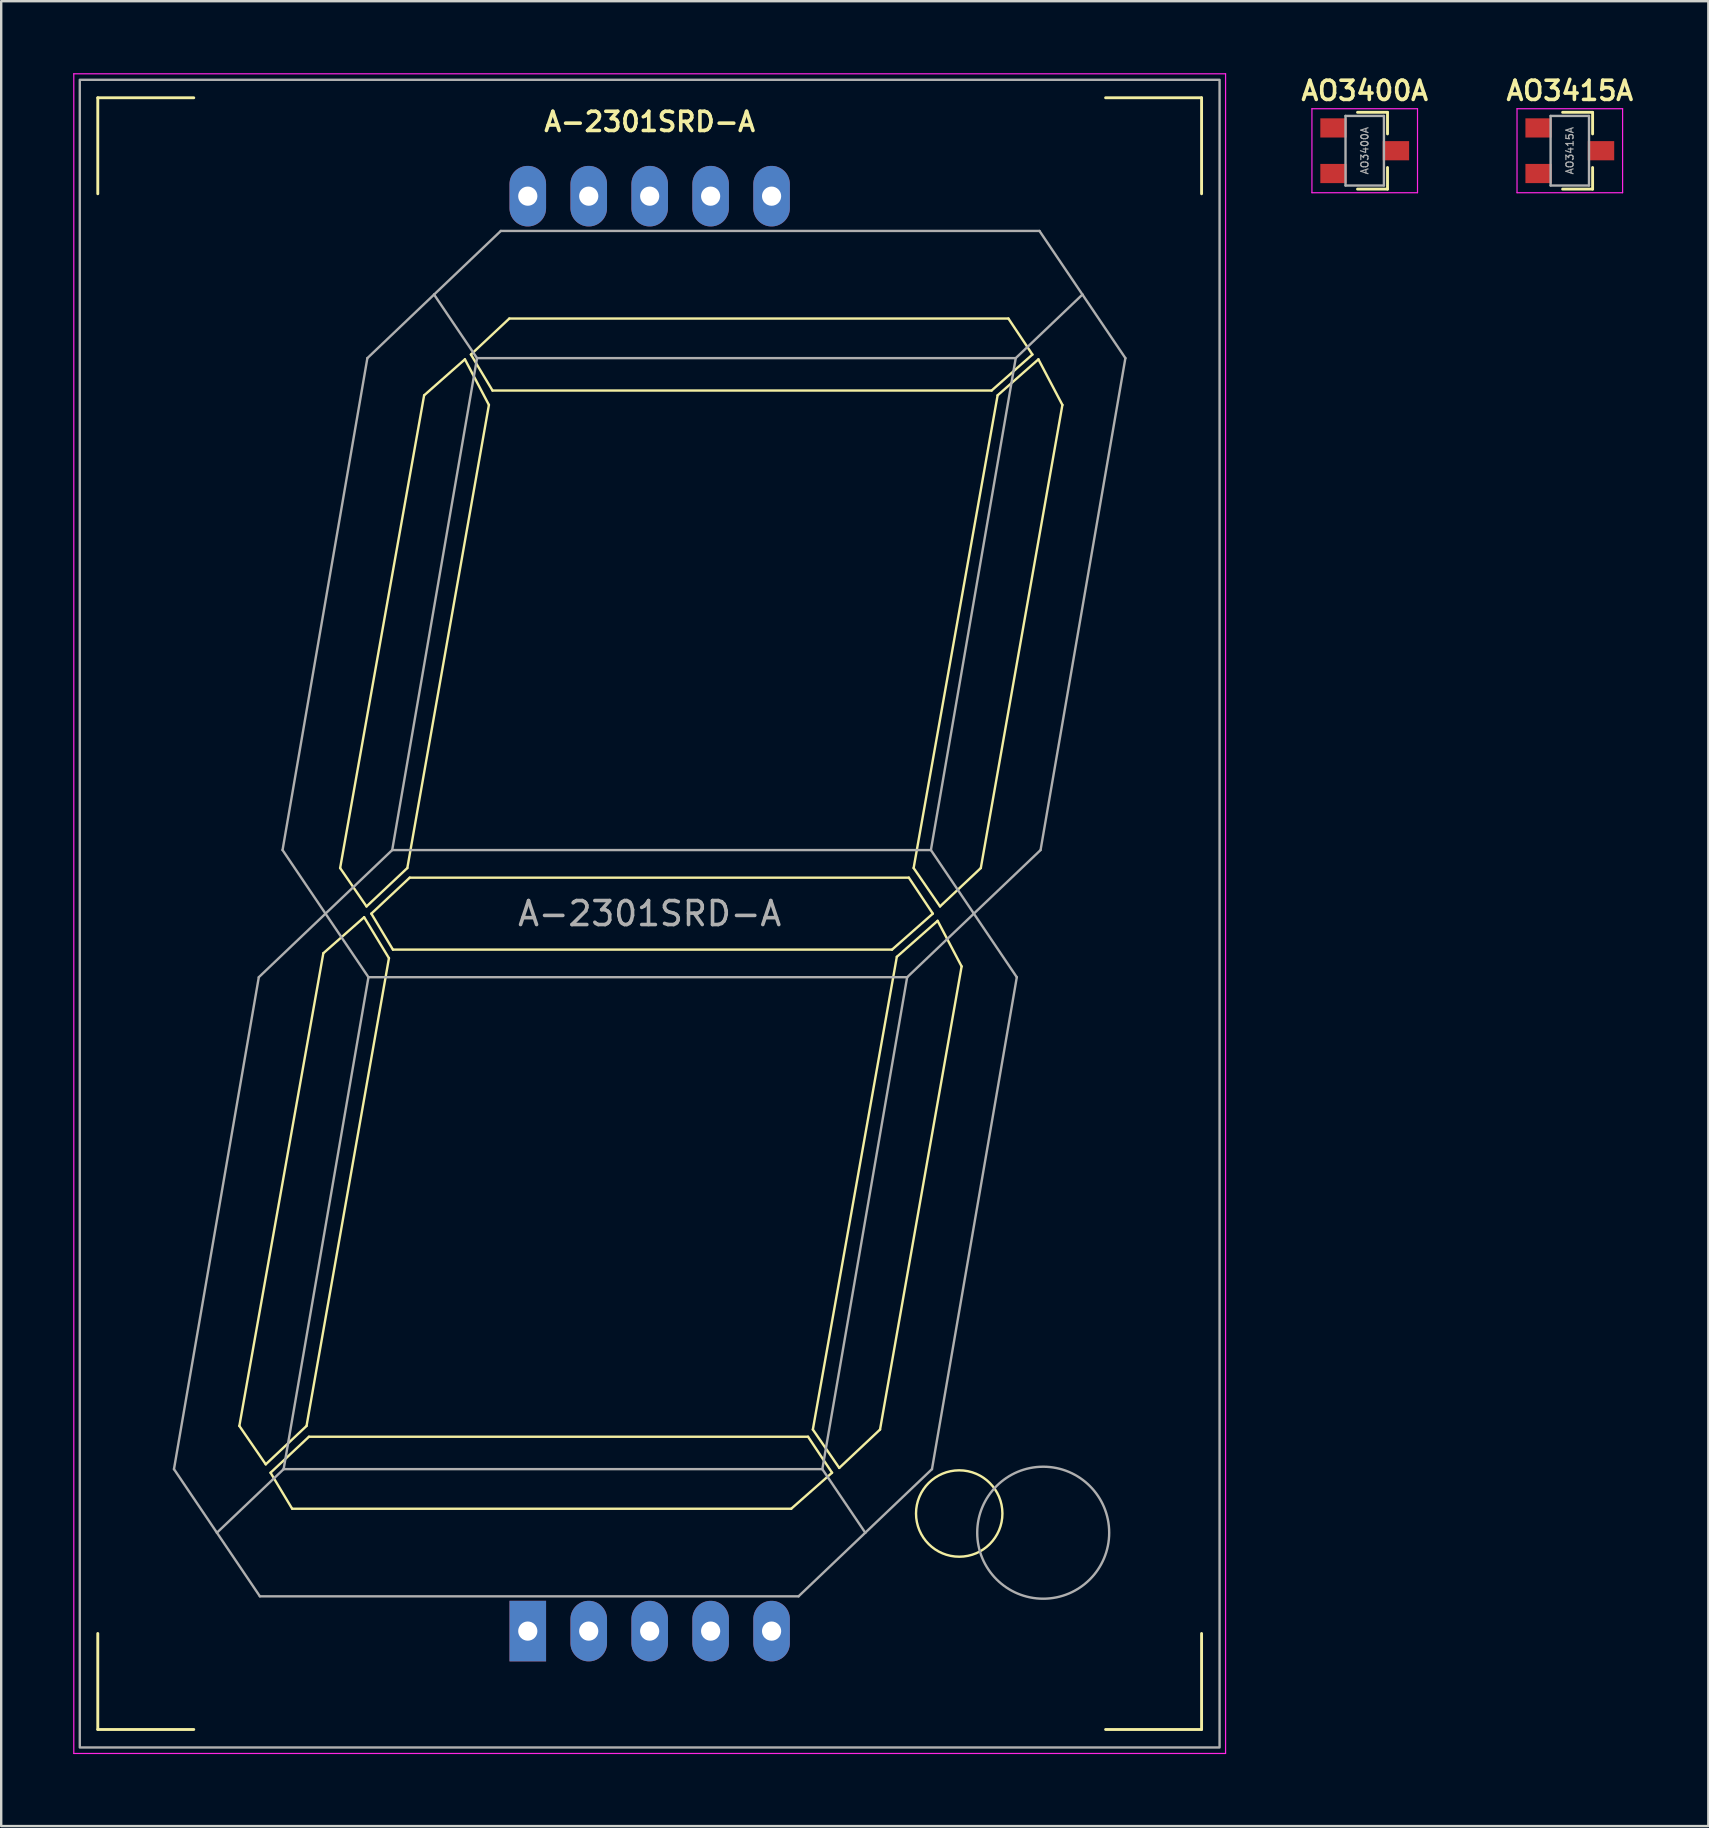
<source format=kicad_pcb>
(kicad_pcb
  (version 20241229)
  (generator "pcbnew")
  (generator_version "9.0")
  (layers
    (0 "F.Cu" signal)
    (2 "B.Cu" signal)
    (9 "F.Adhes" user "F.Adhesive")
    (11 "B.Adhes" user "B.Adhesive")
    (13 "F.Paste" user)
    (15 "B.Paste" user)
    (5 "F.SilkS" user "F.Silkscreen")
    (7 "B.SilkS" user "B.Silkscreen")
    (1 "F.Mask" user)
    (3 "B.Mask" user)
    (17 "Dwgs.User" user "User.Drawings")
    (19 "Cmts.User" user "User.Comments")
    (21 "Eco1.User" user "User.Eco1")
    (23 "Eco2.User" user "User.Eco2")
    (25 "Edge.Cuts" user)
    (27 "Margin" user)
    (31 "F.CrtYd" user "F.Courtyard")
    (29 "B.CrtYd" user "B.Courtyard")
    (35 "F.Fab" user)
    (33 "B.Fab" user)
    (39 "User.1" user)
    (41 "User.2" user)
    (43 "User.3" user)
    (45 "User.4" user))
  (footprint "AO3400A"
    (layer "F.Cu")
    (at 53.824 3.231)
    (property "Reference" "AO3400A" (at 0 -2.5 0) (layer "F.SilkS") (effects (font (size 0.8 0.8) (thickness 0.15))))
    (attr smd)
    (fp_line (start 0.95 -1.6) (end -0.3 -1.6) (stroke (width 0.12) (type solid)) (layer "F.SilkS"))
    (fp_line (start 0.95 -1.6) (end 0.95 -0.7) (stroke (width 0.12) (type solid)) (layer "F.SilkS"))
    (fp_line (start 0.95 1.6) (end -0.3 1.6) (stroke (width 0.12) (type solid)) (layer "F.SilkS"))
    (fp_line (start 0.95 1.6) (end 0.95 0.7) (stroke (width 0.12) (type solid)) (layer "F.SilkS"))
    (fp_line (start -2.2 -1.75) (end 2.2 -1.75) (stroke (width 0.05) (type solid)) (layer "F.CrtYd"))
    (fp_line (start -2.2 1.75) (end -2.2 -1.75) (stroke (width 0.05) (type solid)) (layer "F.CrtYd"))
    (fp_line (start 2.2 -1.75) (end 2.2 1.75) (stroke (width 0.05) (type solid)) (layer "F.CrtYd"))
    (fp_line (start 2.2 1.75) (end -2.2 1.75) (stroke (width 0.05) (type solid)) (layer "F.CrtYd"))
    (fp_line (start -0.8 -1.45) (end -0.8 1.45) (stroke (width 0.1) (type solid)) (layer "F.Fab"))
    (fp_line (start -0.8 -1.45) (end 0.8 -1.45) (stroke (width 0.1) (type solid)) (layer "F.Fab"))
    (fp_line (start -0.8 1.45) (end 0.8 1.45) (stroke (width 0.1) (type solid)) (layer "F.Fab"))
    (fp_line (start 0.8 -1.45) (end 0.8 1.45) (stroke (width 0.1) (type solid)) (layer "F.Fab"))
    (fp_text user "${REFERENCE}" (at 0 0 270) (layer "F.Fab") (effects (font (size 0.3 0.3) (thickness 0.05))))
    (pad "1" smd rect (at -1.3 -0.95) (size 1.1 0.8) (layers "F.Cu" "F.Mask" "F.Paste"))
    (pad "2" smd rect (at -1.3 0.95) (size 1.1 0.8) (layers "F.Cu" "F.Mask" "F.Paste"))
    (pad "3" smd rect (at 1.3 0) (size 1.1 0.8) (layers "F.Cu" "F.Mask" "F.Paste")))
  (footprint "AO3415A"
    (layer "F.Cu")
    (at 62.371 3.231)
    (property "Reference" "AO3415A" (at 0 -2.5 0) (layer "F.SilkS") (effects (font (size 0.8 0.8) (thickness 0.15))))
    (attr smd)
    (fp_line (start 0.95 -1.6) (end -0.3 -1.6) (stroke (width 0.12) (type solid)) (layer "F.SilkS"))
    (fp_line (start 0.95 -1.6) (end 0.95 -0.7) (stroke (width 0.12) (type solid)) (layer "F.SilkS"))
    (fp_line (start 0.95 1.6) (end -0.3 1.6) (stroke (width 0.12) (type solid)) (layer "F.SilkS"))
    (fp_line (start 0.95 1.6) (end 0.95 0.7) (stroke (width 0.12) (type solid)) (layer "F.SilkS"))
    (fp_line (start -2.2 -1.75) (end 2.2 -1.75) (stroke (width 0.05) (type solid)) (layer "F.CrtYd"))
    (fp_line (start -2.2 1.75) (end -2.2 -1.75) (stroke (width 0.05) (type solid)) (layer "F.CrtYd"))
    (fp_line (start 2.2 -1.75) (end 2.2 1.75) (stroke (width 0.05) (type solid)) (layer "F.CrtYd"))
    (fp_line (start 2.2 1.75) (end -2.2 1.75) (stroke (width 0.05) (type solid)) (layer "F.CrtYd"))
    (fp_line (start -0.8 -1.45) (end -0.8 1.45) (stroke (width 0.1) (type solid)) (layer "F.Fab"))
    (fp_line (start -0.8 -1.45) (end 0.8 -1.45) (stroke (width 0.1) (type solid)) (layer "F.Fab"))
    (fp_line (start -0.8 1.45) (end 0.8 1.45) (stroke (width 0.1) (type solid)) (layer "F.Fab"))
    (fp_line (start 0.8 -1.45) (end 0.8 1.45) (stroke (width 0.1) (type solid)) (layer "F.Fab"))
    (fp_text user "${REFERENCE}" (at 0 0 270) (layer "F.Fab") (effects (font (size 0.3 0.3) (thickness 0.05))))
    (pad "1" smd rect (at -1.3 -0.95) (size 1.1 0.8) (layers "F.Cu" "F.Mask" "F.Paste"))
    (pad "2" smd rect (at -1.3 0.95) (size 1.1 0.8) (layers "F.Cu" "F.Mask" "F.Paste"))
    (pad "3" smd rect (at 1.3 0) (size 1.1 0.8) (layers "F.Cu" "F.Mask" "F.Paste")))
  (footprint "A-2301SRD-A"
    (layer "F.Cu")
    (at 24.025 35.025)
    (property "Reference" "A-2301SRD-A" (at 0 -33 0) (layer "F.SilkS") (effects (font (size 0.8 0.8) (thickness 0.15))))
    (attr through_hole)
    (fp_line (start -23 -34) (end -19 -34) (stroke (width 0.12) (type solid)) (layer "F.SilkS"))
    (fp_line (start -23 -30) (end -23 -34) (stroke (width 0.12) (type solid)) (layer "F.SilkS"))
    (fp_line (start -23 34) (end -23 30) (stroke (width 0.12) (type solid)) (layer "F.SilkS"))
    (fp_line (start -19 34) (end -23 34) (stroke (width 0.12) (type solid)) (layer "F.SilkS"))
    (fp_line (start -17.1 21.35) (end -16 22.95) (stroke (width 0.1) (type default)) (layer "F.SilkS"))
    (fp_line (start -16 22.95) (end -14.3 21.35) (stroke (width 0.1) (type default)) (layer "F.SilkS"))
    (fp_line (start -15.8 23.3) (end -14.2 21.8) (stroke (width 0.1) (type default)) (layer "F.SilkS"))
    (fp_line (start -14.9 24.8) (end -15.8 23.3) (stroke (width 0.1) (type default)) (layer "F.SilkS"))
    (fp_line (start -14.3 21.35) (end -10.866 1.856) (stroke (width 0.1) (type default)) (layer "F.SilkS"))
    (fp_line (start -14.2 21.8) (end 6.6 21.8) (stroke (width 0.1) (type default)) (layer "F.SilkS"))
    (fp_line (start -13.6 1.65) (end -17.1 21.35) (stroke (width 0.1) (type default)) (layer "F.SilkS"))
    (fp_line (start -12.9 -1.9) (end -11.8 -0.3) (stroke (width 0.1) (type default)) (layer "F.SilkS"))
    (fp_line (start -11.9 0.15) (end -13.6 1.65) (stroke (width 0.1) (type default)) (layer "F.SilkS"))
    (fp_line (start -11.8 -0.3) (end -10.1 -1.9) (stroke (width 0.1) (type default)) (layer "F.SilkS"))
    (fp_line (start -11.6 0) (end -10 -1.5) (stroke (width 0.1) (type default)) (layer "F.SilkS"))
    (fp_line (start -10.866 1.856) (end -11.9 0.15) (stroke (width 0.1) (type default)) (layer "F.SilkS"))
    (fp_line (start -10.7 1.5) (end -11.6 0) (stroke (width 0.1) (type default)) (layer "F.SilkS"))
    (fp_line (start -10.1 -1.9) (end -6.7 -21.2) (stroke (width 0.1) (type default)) (layer "F.SilkS"))
    (fp_line (start -10 -1.5) (end 10.8 -1.5) (stroke (width 0.1) (type default)) (layer "F.SilkS"))
    (fp_line (start -9.4 -21.6) (end -12.9 -1.9) (stroke (width 0.1) (type default)) (layer "F.SilkS"))
    (fp_line (start -7.7 -23.1) (end -9.4 -21.6) (stroke (width 0.1) (type default)) (layer "F.SilkS"))
    (fp_line (start -7.45 -23.3) (end -5.85 -24.8) (stroke (width 0.1) (type default)) (layer "F.SilkS"))
    (fp_line (start -6.7 -21.2) (end -7.7 -23.1) (stroke (width 0.1) (type default)) (layer "F.SilkS"))
    (fp_line (start -6.55 -21.8) (end -7.45 -23.3) (stroke (width 0.1) (type default)) (layer "F.SilkS"))
    (fp_line (start -5.85 -24.8) (end 14.95 -24.8) (stroke (width 0.1) (type default)) (layer "F.SilkS"))
    (fp_line (start 5.9 24.8) (end -14.9 24.8) (stroke (width 0.1) (type default)) (layer "F.SilkS"))
    (fp_line (start 6.6 21.8) (end 7.6 23.3) (stroke (width 0.1) (type default)) (layer "F.SilkS"))
    (fp_line (start 6.8 21.5) (end 7.9 23.1) (stroke (width 0.1) (type default)) (layer "F.SilkS"))
    (fp_line (start 7.6 23.3) (end 5.9 24.8) (stroke (width 0.1) (type default)) (layer "F.SilkS"))
    (fp_line (start 7.9 23.1) (end 9.6 21.5) (stroke (width 0.1) (type default)) (layer "F.SilkS"))
    (fp_line (start 9.6 21.5) (end 13 2.2) (stroke (width 0.1) (type default)) (layer "F.SilkS"))
    (fp_line (start 10.1 1.5) (end -10.7 1.5) (stroke (width 0.1) (type default)) (layer "F.SilkS"))
    (fp_line (start 10.3 1.8) (end 6.8 21.5) (stroke (width 0.1) (type default)) (layer "F.SilkS"))
    (fp_line (start 10.8 -1.5) (end 11.8 0) (stroke (width 0.1) (type default)) (layer "F.SilkS"))
    (fp_line (start 11 -1.9) (end 12.1 -0.3) (stroke (width 0.1) (type default)) (layer "F.SilkS"))
    (fp_line (start 11.8 0) (end 10.1 1.5) (stroke (width 0.1) (type default)) (layer "F.SilkS"))
    (fp_line (start 12 0.3) (end 10.3 1.8) (stroke (width 0.1) (type default)) (layer "F.SilkS"))
    (fp_line (start 12.1 -0.3) (end 13.8 -1.9) (stroke (width 0.1) (type default)) (layer "F.SilkS"))
    (fp_line (start 13 2.2) (end 12 0.3) (stroke (width 0.1) (type default)) (layer "F.SilkS"))
    (fp_line (start 13.8 -1.9) (end 17.2 -21.2) (stroke (width 0.1) (type default)) (layer "F.SilkS"))
    (fp_line (start 14.25 -21.8) (end -6.55 -21.8) (stroke (width 0.1) (type default)) (layer "F.SilkS"))
    (fp_line (start 14.5 -21.6) (end 11 -1.9) (stroke (width 0.1) (type default)) (layer "F.SilkS"))
    (fp_line (start 14.95 -24.8) (end 15.95 -23.3) (stroke (width 0.1) (type default)) (layer "F.SilkS"))
    (fp_line (start 15.95 -23.3) (end 14.25 -21.8) (stroke (width 0.1) (type default)) (layer "F.SilkS"))
    (fp_line (start 16.2 -23.1) (end 14.5 -21.6) (stroke (width 0.1) (type default)) (layer "F.SilkS"))
    (fp_line (start 17.2 -21.2) (end 16.2 -23.1) (stroke (width 0.1) (type default)) (layer "F.SilkS"))
    (fp_line (start 19 34) (end 23 34) (stroke (width 0.12) (type solid)) (layer "F.SilkS"))
    (fp_line (start 23 -34) (end 19 -34) (stroke (width 0.12) (type solid)) (layer "F.SilkS"))
    (fp_line (start 23 -30) (end 23 -34) (stroke (width 0.12) (type solid)) (layer "F.SilkS"))
    (fp_line (start 23 34) (end 23 30) (stroke (width 0.12) (type solid)) (layer "F.SilkS"))
    (fp_circle (center 12.9 25) (end 14.7 25) (stroke (width 0.1) (type default)) (fill no) (layer "F.SilkS"))
    (fp_line (start -24 -35) (end -24 35) (stroke (width 0.05) (type solid)) (layer "F.CrtYd"))
    (fp_line (start -24 35) (end 24 35) (stroke (width 0.05) (type solid)) (layer "F.CrtYd"))
    (fp_line (start 24 -35) (end -24 -35) (stroke (width 0.05) (type solid)) (layer "F.CrtYd"))
    (fp_line (start 24 35) (end 24 -35) (stroke (width 0.05) (type solid)) (layer "F.CrtYd"))
    (fp_line (start -18.035 25.8) (end -19.825 23.15) (stroke (width 0.1) (type solid)) (layer "F.Fab"))
    (fp_line (start -16.29 2.65) (end -19.825 23.15) (stroke (width 0.1) (type solid)) (layer "F.Fab"))
    (fp_line (start -16.29 2.65) (end -13.51 0) (stroke (width 0.1) (type solid)) (layer "F.Fab"))
    (fp_line (start -16.245 28.45) (end -18.035 25.8) (stroke (width 0.1) (type solid)) (layer "F.Fab"))
    (fp_line (start -15.3 -2.65) (end -13.51 0) (stroke (width 0.1) (type solid)) (layer "F.Fab"))
    (fp_line (start -15.255 23.15) (end -18.035 25.8) (stroke (width 0.1) (type solid)) (layer "F.Fab"))
    (fp_line (start -13.51 0) (end -11.72 2.65) (stroke (width 0.1) (type solid)) (layer "F.Fab"))
    (fp_line (start -13.51 0) (end -10.73 -2.65) (stroke (width 0.1) (type solid)) (layer "F.Fab"))
    (fp_line (start -11.765 -23.15) (end -15.3 -2.65) (stroke (width 0.1) (type solid)) (layer "F.Fab"))
    (fp_line (start -11.765 -23.15) (end -8.985 -25.8) (stroke (width 0.1) (type solid)) (layer "F.Fab"))
    (fp_line (start -11.72 2.65) (end -15.255 23.15) (stroke (width 0.1) (type solid)) (layer "F.Fab"))
    (fp_line (start -11.72 2.65) (end 10.73 2.65) (stroke (width 0.1) (type solid)) (layer "F.Fab"))
    (fp_line (start -10.73 -2.65) (end -7.195 -23.15) (stroke (width 0.1) (type solid)) (layer "F.Fab"))
    (fp_line (start -10.73 -2.65) (end 11.72 -2.65) (stroke (width 0.1) (type solid)) (layer "F.Fab"))
    (fp_line (start -8.985 -25.8) (end -7.195 -23.15) (stroke (width 0.1) (type solid)) (layer "F.Fab"))
    (fp_line (start -8.985 -25.8) (end -6.205 -28.45) (stroke (width 0.1) (type solid)) (layer "F.Fab"))
    (fp_line (start -7.195 -23.15) (end 15.255 -23.15) (stroke (width 0.1) (type solid)) (layer "F.Fab"))
    (fp_line (start -6.205 -28.45) (end 16.245 -28.45) (stroke (width 0.1) (type solid)) (layer "F.Fab"))
    (fp_line (start 6.205 28.45) (end -16.245 28.45) (stroke (width 0.1) (type solid)) (layer "F.Fab"))
    (fp_line (start 7.195 23.15) (end -15.255 23.15) (stroke (width 0.1) (type solid)) (layer "F.Fab"))
    (fp_line (start 7.195 23.15) (end 10.73 2.65) (stroke (width 0.1) (type solid)) (layer "F.Fab"))
    (fp_line (start 8.985 25.8) (end 6.205 28.45) (stroke (width 0.1) (type solid)) (layer "F.Fab"))
    (fp_line (start 8.985 25.8) (end 7.195 23.15) (stroke (width 0.1) (type solid)) (layer "F.Fab"))
    (fp_line (start 8.985 25.8) (end 11.765 23.15) (stroke (width 0.1) (type solid)) (layer "F.Fab"))
    (fp_line (start 10.73 2.65) (end 13.51 0) (stroke (width 0.1) (type solid)) (layer "F.Fab"))
    (fp_line (start 11.72 -2.65) (end 13.51 0) (stroke (width 0.1) (type solid)) (layer "F.Fab"))
    (fp_line (start 13.51 0) (end 15.3 2.65) (stroke (width 0.1) (type solid)) (layer "F.Fab"))
    (fp_line (start 13.51 0) (end 16.29 -2.65) (stroke (width 0.1) (type solid)) (layer "F.Fab"))
    (fp_line (start 15.255 -23.15) (end 11.72 -2.65) (stroke (width 0.1) (type solid)) (layer "F.Fab"))
    (fp_line (start 15.255 -23.15) (end 18.035 -25.8) (stroke (width 0.1) (type solid)) (layer "F.Fab"))
    (fp_line (start 15.3 2.65) (end 11.765 23.15) (stroke (width 0.1) (type solid)) (layer "F.Fab"))
    (fp_line (start 16.245 -28.45) (end 18.035 -25.8) (stroke (width 0.1) (type solid)) (layer "F.Fab"))
    (fp_line (start 16.29 -2.65) (end 19.825 -23.15) (stroke (width 0.1) (type solid)) (layer "F.Fab"))
    (fp_line (start 18.035 -25.8) (end 19.825 -23.15) (stroke (width 0.1) (type solid)) (layer "F.Fab"))
    (fp_rect (start -23.75 -34.75) (end 23.75 34.75) (stroke (width 0.1) (type solid)) (fill no) (layer "F.Fab"))
    (fp_circle (center 16.4 25.8) (end 16.4 28.55) (stroke (width 0.1) (type solid)) (fill no) (layer "F.Fab"))
    (fp_text user "${REFERENCE}" (at 0 0 0) (layer "F.Fab") (effects (font (size 1 1) (thickness 0.15))))
    (pad "1" thru_hole rect (at -5.08 29.9) (size 1.524 2.524) (drill 0.8) (layers "*.Cu" "*.Mask"))
    (pad "2" thru_hole oval (at -2.54 29.9) (size 1.524 2.524) (drill 0.8) (layers "*.Cu" "*.Mask"))
    (pad "3" thru_hole oval (at 0 29.9) (size 1.524 2.524) (drill 0.8) (layers "*.Cu" "*.Mask"))
    (pad "4" thru_hole oval (at 2.54 29.9) (size 1.524 2.524) (drill 0.8) (layers "*.Cu" "*.Mask"))
    (pad "5" thru_hole oval (at 5.08 29.9) (size 1.524 2.524) (drill 0.8) (layers "*.Cu" "*.Mask"))
    (pad "6" thru_hole oval (at 5.08 -29.9) (size 1.524 2.524) (drill 0.8) (layers "*.Cu" "*.Mask"))
    (pad "7" thru_hole oval (at 2.54 -29.9) (size 1.524 2.524) (drill 0.8) (layers "*.Cu" "*.Mask"))
    (pad "8" thru_hole oval (at 0 -29.9) (size 1.524 2.524) (drill 0.8) (layers "*.Cu" "*.Mask"))
    (pad "9" thru_hole oval (at -2.54 -29.9) (size 1.524 2.524) (drill 0.8) (layers "*.Cu" "*.Mask"))
    (pad "10" thru_hole oval (at -5.08 -29.9) (size 1.524 2.524) (drill 0.8) (layers "*.Cu" "*.Mask")))
  (gr_rect
    (start -3 -3)
    (end 68.144 73.05)
    (stroke (width 0.1) (type default))
    (fill no)
    (layer "Edge.Cuts")))
</source>
